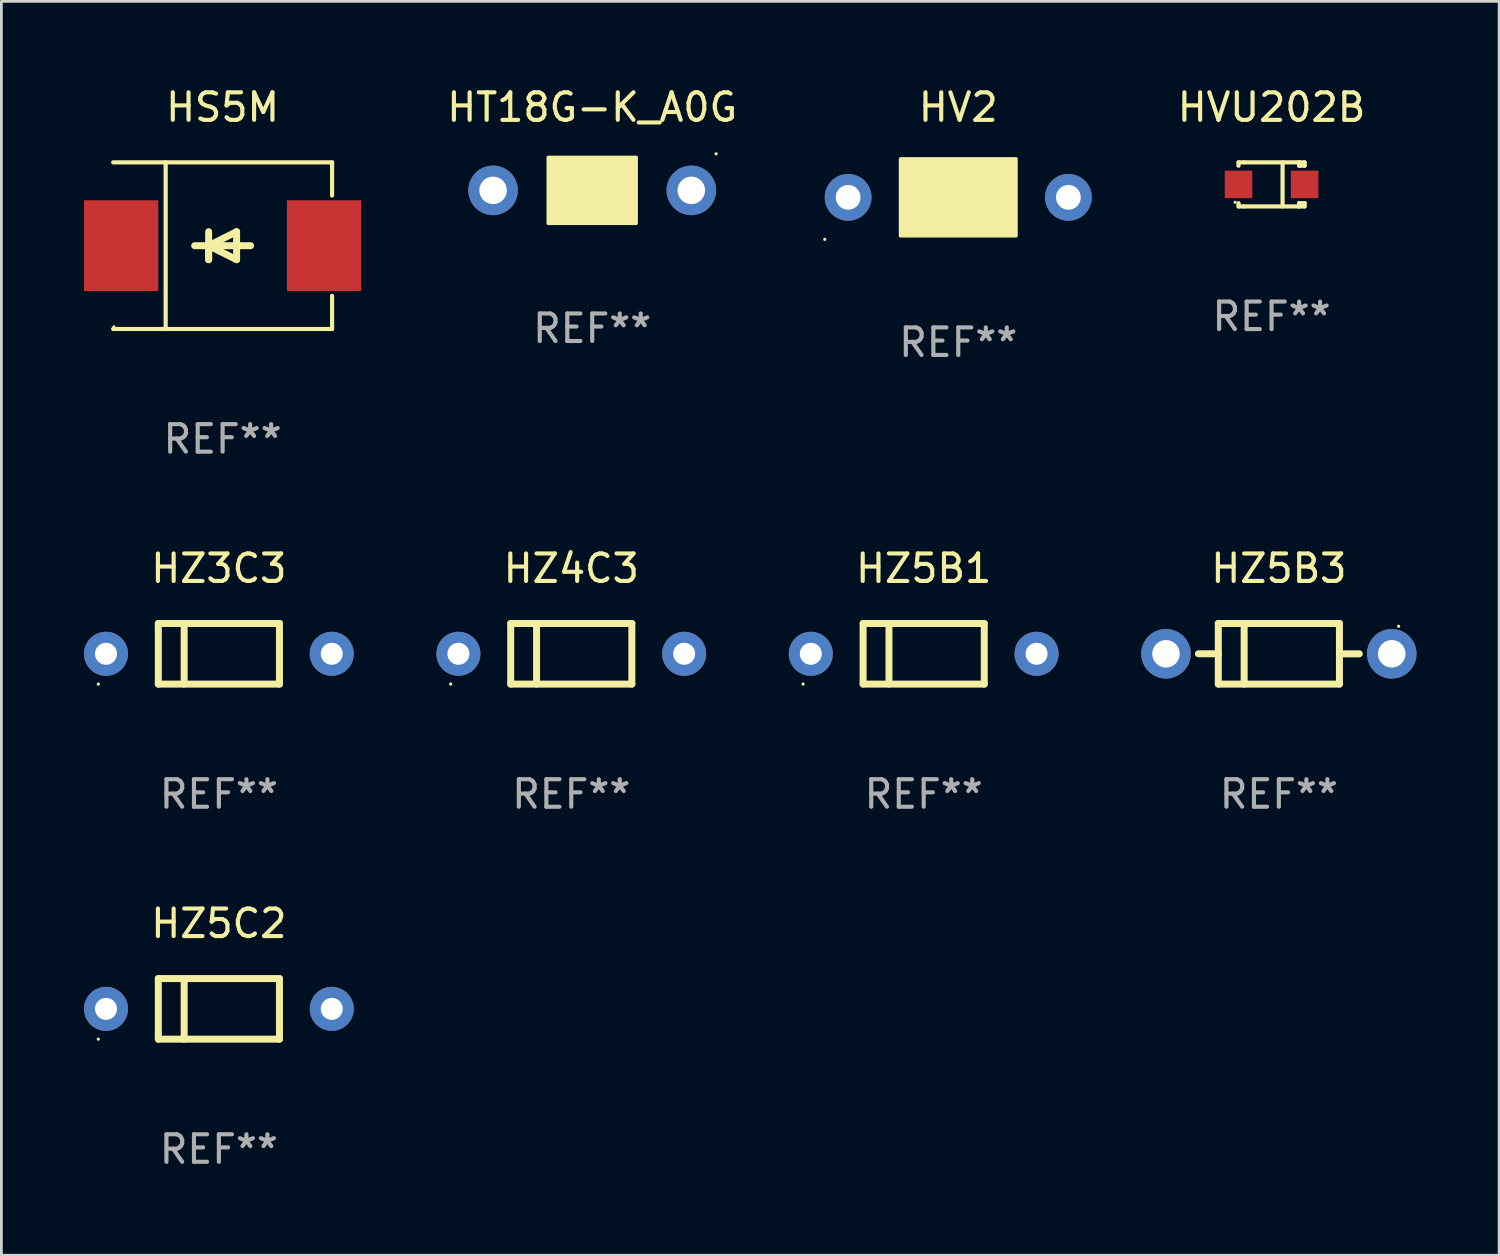
<source format=kicad_pcb>
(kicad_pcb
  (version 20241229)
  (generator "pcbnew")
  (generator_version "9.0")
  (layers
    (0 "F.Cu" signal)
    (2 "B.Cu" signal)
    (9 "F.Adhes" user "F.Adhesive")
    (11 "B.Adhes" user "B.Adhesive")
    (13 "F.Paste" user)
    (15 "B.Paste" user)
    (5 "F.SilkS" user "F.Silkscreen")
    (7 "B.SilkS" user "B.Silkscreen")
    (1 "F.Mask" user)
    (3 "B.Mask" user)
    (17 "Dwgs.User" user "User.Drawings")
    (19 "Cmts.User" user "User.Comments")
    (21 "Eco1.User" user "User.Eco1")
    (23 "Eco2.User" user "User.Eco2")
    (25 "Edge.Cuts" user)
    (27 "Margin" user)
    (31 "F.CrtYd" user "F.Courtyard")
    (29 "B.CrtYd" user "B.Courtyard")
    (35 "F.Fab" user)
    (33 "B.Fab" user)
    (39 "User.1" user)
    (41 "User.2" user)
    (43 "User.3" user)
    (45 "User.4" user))
  (footprint "HZ5B3"
    (layer "F.Cu")
    (at 43.401 20.697)
    (property "Reference" "HZ5B3" (at 0 -3.1 0) (layer "F.SilkS") (effects (font (size 1 1) (thickness 0.15))))
    (attr through_hole)
    (fp_line (start -2.2 -1.1) (end -2.2 1.1) (stroke (width 0.254) (type solid)) (layer "F.SilkS"))
    (fp_line (start -2.2 -1.1) (end 2.2 -1.1) (stroke (width 0.254) (type solid)) (layer "F.SilkS"))
    (fp_line (start -2.2 -0.001) (end -2.921 -0.001) (stroke (width 0.254) (type solid)) (layer "F.SilkS"))
    (fp_line (start -2.2 1.1) (end 2.2 1.1) (stroke (width 0.254) (type solid)) (layer "F.SilkS"))
    (fp_line (start -1.261 -1.1) (end -1.261 1.1) (stroke (width 0.254) (type solid)) (layer "F.SilkS"))
    (fp_line (start 2.2 -1.1) (end 2.2 1.1) (stroke (width 0.254) (type solid)) (layer "F.SilkS"))
    (fp_line (start 2.2 0.001) (end 2.921 0.001) (stroke (width 0.254) (type solid)) (layer "F.SilkS"))
    (fp_circle (center 4.35 -1) (end 4.38 -1) (stroke (width 0.06) (type solid)) (fill no) (layer "F.SilkS"))
    (fp_text user "REF**" (at 0 5.1 0) (layer "F.Fab") (effects (font (size 1 1) (thickness 0.15))))
    (pad "1" thru_hole circle (at 4.1 0) (size 1.8 1.8) (drill 1) (layers "*.Cu" "*.Mask"))
    (pad "2" thru_hole circle (at -4.1 0) (size 1.8 1.8) (drill 1) (layers "*.Cu" "*.Mask")))
  (footprint "HV2"
    (layer "F.Cu")
    (at 31.756 4.118)
    (property "Reference" "HV2" (at 0 -3.27 0) (layer "F.SilkS") (effects (font (size 1 1) (thickness 0.15))))
    (attr through_hole)
    (fp_line (start 1.27 -1.27) (end 1.27 1.27) (stroke (width 0.229) (type solid)) (layer "F.SilkS"))
    (fp_circle (center -4.85 1.527) (end -4.82 1.527) (stroke (width 0.06) (type solid)) (fill no) (layer "F.SilkS"))
    (fp_poly (pts (xy -2.1 -1.4) (xy 2.1 -1.4) (xy 2.1 1.4) (xy -2.1 1.4)) (stroke (width 0.12) (type solid)) (fill yes) (layer "F.SilkS"))
    (fp_text user "REF**" (at 0 5.27 0) (layer "F.Fab") (effects (font (size 1 1) (thickness 0.15))))
    (pad "1" thru_hole circle (at -4 0) (size 1.7 1.7) (drill 0.9) (layers "*.Cu" "*.Mask"))
    (pad "2" thru_hole circle (at 4 0) (size 1.7 1.7) (drill 0.9) (layers "*.Cu" "*.Mask")))
  (footprint "HZ5B1"
    (layer "F.Cu")
    (at 30.5 20.697)
    (property "Reference" "HZ5B1" (at 0 -3.1 0) (layer "F.SilkS") (effects (font (size 1 1) (thickness 0.15))))
    (attr through_hole)
    (fp_line (start -2.2 -1.1) (end -2.2 1.1) (stroke (width 0.254) (type solid)) (layer "F.SilkS"))
    (fp_line (start -2.2 -1.1) (end 2.2 -1.1) (stroke (width 0.254) (type solid)) (layer "F.SilkS"))
    (fp_line (start -2.2 1.1) (end 2.2 1.1) (stroke (width 0.254) (type solid)) (layer "F.SilkS"))
    (fp_line (start -1.261 -1.1) (end -1.261 1.1) (stroke (width 0.254) (type solid)) (layer "F.SilkS"))
    (fp_line (start 2.2 -1.1) (end 2.2 1.1) (stroke (width 0.254) (type solid)) (layer "F.SilkS"))
    (fp_circle (center -4.38 1.1) (end -4.35 1.1) (stroke (width 0.06) (type solid)) (fill no) (layer "F.SilkS"))
    (fp_text user "REF**" (at 0 5.1 0) (layer "F.Fab") (effects (font (size 1 1) (thickness 0.15))))
    (pad "1" thru_hole circle (at -4.1 0) (size 1.6 1.6) (drill 0.8) (layers "*.Cu" "*.Mask"))
    (pad "2" thru_hole circle (at 4.1 0) (size 1.6 1.6) (drill 0.8) (layers "*.Cu" "*.Mask")))
  (footprint "HT18G-K_A0G"
    (layer "F.Cu")
    (at 18.46 3.864)
    (property "Reference" "HT18G-K_A0G" (at 0 -3.016 0) (layer "F.SilkS") (effects (font (size 1 1) (thickness 0.15))))
    (attr through_hole)
    (fp_line (start 1.016 -1.016) (end 1.016 1.016) (stroke (width 0.254) (type solid)) (layer "F.SilkS"))
    (fp_circle (center 4.5 -1.327) (end 4.53 -1.327) (stroke (width 0.06) (type solid)) (fill no) (layer "F.SilkS"))
    (fp_poly (pts (xy -1.6 -1.2) (xy 1.6 -1.2) (xy 1.6 1.2) (xy -1.6 1.2)) (stroke (width 0.12) (type solid)) (fill yes) (layer "F.SilkS"))
    (fp_text user "REF**" (at 0 5.016 0) (layer "F.Fab") (effects (font (size 1 1) (thickness 0.15))))
    (pad "1" thru_hole circle (at 3.6 0) (size 1.8 1.8) (drill 1) (layers "*.Cu" "*.Mask"))
    (pad "2" thru_hole circle (at -3.6 0) (size 1.8 1.8) (drill 1) (layers "*.Cu" "*.Mask")))
  (footprint "HVU202B"
    (layer "F.Cu")
    (at 43.136 3.648)
    (property "Reference" "HVU202B" (at 0 -2.8 0) (layer "F.SilkS") (effects (font (size 1 1) (thickness 0.15))))
    (attr through_hole)
    (fp_line (start -1.2 -0.8) (end -1.2 -0.68) (stroke (width 0.152) (type solid)) (layer "F.SilkS"))
    (fp_line (start -1.2 0.68) (end -1.2 0.8) (stroke (width 0.152) (type solid)) (layer "F.SilkS"))
    (fp_line (start -1.2 0.8) (end -1 0.8) (stroke (width 0.152) (type solid)) (layer "F.SilkS"))
    (fp_line (start -1 -0.8) (end -1.2 -0.8) (stroke (width 0.152) (type solid)) (layer "F.SilkS"))
    (fp_line (start -1 -0.8) (end 1 -0.8) (stroke (width 0.152) (type solid)) (layer "F.SilkS"))
    (fp_line (start -1 0.8) (end 1 0.8) (stroke (width 0.152) (type solid)) (layer "F.SilkS"))
    (fp_line (start 0.4 -0.8) (end 0.4 0.8) (stroke (width 0.152) (type solid)) (layer "F.SilkS"))
    (fp_line (start 1 -0.8) (end 1 -0.68) (stroke (width 0.152) (type solid)) (layer "F.SilkS"))
    (fp_line (start 1 -0.8) (end 1.2 -0.8) (stroke (width 0.152) (type solid)) (layer "F.SilkS"))
    (fp_line (start 1 0.68) (end 1 0.8) (stroke (width 0.152) (type solid)) (layer "F.SilkS"))
    (fp_line (start 1 0.68) (end 1.2 0.68) (stroke (width 0.152) (type solid)) (layer "F.SilkS"))
    (fp_line (start 1.2 -0.8) (end 1.2 -0.68) (stroke (width 0.152) (type solid)) (layer "F.SilkS"))
    (fp_line (start 1.2 -0.68) (end 1 -0.68) (stroke (width 0.152) (type solid)) (layer "F.SilkS"))
    (fp_line (start 1.2 0.68) (end 1.2 0.8) (stroke (width 0.152) (type solid)) (layer "F.SilkS"))
    (fp_line (start 1.2 0.8) (end 1 0.8) (stroke (width 0.152) (type solid)) (layer "F.SilkS"))
    (fp_circle (center -1.325 0.65) (end -1.295 0.65) (stroke (width 0.06) (type solid)) (fill no) (layer "F.SilkS"))
    (fp_text user "REF**" (at 0 4.8 0) (layer "F.Fab") (effects (font (size 1 1) (thickness 0.15))))
    (pad "1" smd rect (at -1.2 0 180) (size 1 1) (layers "F.Cu" "F.Mask" "F.Paste"))
    (pad "2" smd rect (at 1.2 0 180) (size 1 1) (layers "F.Cu" "F.Mask" "F.Paste")))
  (footprint "HZ3C3"
    (layer "F.Cu")
    (at 4.9 20.697)
    (property "Reference" "HZ3C3" (at 0 -3.1 0) (layer "F.SilkS") (effects (font (size 1 1) (thickness 0.15))))
    (attr through_hole)
    (fp_line (start -2.2 -1.1) (end -2.2 1.1) (stroke (width 0.254) (type solid)) (layer "F.SilkS"))
    (fp_line (start -2.2 -1.1) (end 2.2 -1.1) (stroke (width 0.254) (type solid)) (layer "F.SilkS"))
    (fp_line (start -2.2 1.1) (end 2.2 1.1) (stroke (width 0.254) (type solid)) (layer "F.SilkS"))
    (fp_line (start -1.261 -1.1) (end -1.261 1.1) (stroke (width 0.254) (type solid)) (layer "F.SilkS"))
    (fp_line (start 2.2 -1.1) (end 2.2 1.1) (stroke (width 0.254) (type solid)) (layer "F.SilkS"))
    (fp_circle (center -4.38 1.1) (end -4.35 1.1) (stroke (width 0.06) (type solid)) (fill no) (layer "F.SilkS"))
    (fp_text user "REF**" (at 0 5.1 0) (layer "F.Fab") (effects (font (size 1 1) (thickness 0.15))))
    (pad "1" thru_hole circle (at -4.1 0) (size 1.6 1.6) (drill 0.8) (layers "*.Cu" "*.Mask"))
    (pad "2" thru_hole circle (at 4.1 0) (size 1.6 1.6) (drill 0.8) (layers "*.Cu" "*.Mask")))
  (footprint "HZ4C3"
    (layer "F.Cu")
    (at 17.7 20.697)
    (property "Reference" "HZ4C3" (at 0 -3.1 0) (layer "F.SilkS") (effects (font (size 1 1) (thickness 0.15))))
    (attr through_hole)
    (fp_line (start -2.2 -1.1) (end -2.2 1.1) (stroke (width 0.254) (type solid)) (layer "F.SilkS"))
    (fp_line (start -2.2 -1.1) (end 2.2 -1.1) (stroke (width 0.254) (type solid)) (layer "F.SilkS"))
    (fp_line (start -2.2 1.1) (end 2.2 1.1) (stroke (width 0.254) (type solid)) (layer "F.SilkS"))
    (fp_line (start -1.261 -1.1) (end -1.261 1.1) (stroke (width 0.254) (type solid)) (layer "F.SilkS"))
    (fp_line (start 2.2 -1.1) (end 2.2 1.1) (stroke (width 0.254) (type solid)) (layer "F.SilkS"))
    (fp_circle (center -4.38 1.1) (end -4.35 1.1) (stroke (width 0.06) (type solid)) (fill no) (layer "F.SilkS"))
    (fp_text user "REF**" (at 0 5.1 0) (layer "F.Fab") (effects (font (size 1 1) (thickness 0.15))))
    (pad "1" thru_hole circle (at -4.1 0) (size 1.6 1.6) (drill 0.8) (layers "*.Cu" "*.Mask"))
    (pad "2" thru_hole circle (at 4.1 0) (size 1.6 1.6) (drill 0.8) (layers "*.Cu" "*.Mask")))
  (footprint "HS5M"
    (layer "F.Cu")
    (at 5.036 5.874)
    (property "Reference" "HS5M" (at 0 -5.026 0) (layer "F.SilkS") (effects (font (size 1 1) (thickness 0.15))))
    (attr through_hole)
    (fp_line (start -3.976 -3.026) (end 3.976 -3.026) (stroke (width 0.152) (type solid)) (layer "F.SilkS"))
    (fp_line (start -3.976 3.026) (end 3.976 3.026) (stroke (width 0.152) (type solid)) (layer "F.SilkS"))
    (fp_line (start -2.069 -3.026) (end -2.069 3.026) (stroke (width 0.152) (type solid)) (layer "F.SilkS"))
    (fp_line (start -0.508 0) (end -0.508 0.508) (stroke (width 0.254) (type solid)) (layer "F.SilkS"))
    (fp_line (start -0.508 0) (end 0.508 0.508) (stroke (width 0.254) (type solid)) (layer "F.SilkS"))
    (fp_line (start -0.508 0.508) (end -0.508 -0.508) (stroke (width 0.254) (type solid)) (layer "F.SilkS"))
    (fp_line (start 0.508 -0.508) (end -0.508 0) (stroke (width 0.254) (type solid)) (layer "F.SilkS"))
    (fp_line (start 0.508 0.508) (end 0.508 -0.508) (stroke (width 0.254) (type solid)) (layer "F.SilkS"))
    (fp_line (start 1.016 0) (end -1.016 0) (stroke (width 0.254) (type solid)) (layer "F.SilkS"))
    (fp_line (start 3.976 -3.026) (end 3.976 -1.823) (stroke (width 0.152) (type solid)) (layer "F.SilkS"))
    (fp_line (start 3.976 3.026) (end 3.976 1.823) (stroke (width 0.152) (type solid)) (layer "F.SilkS"))
    (fp_circle (center -3.95 2.95) (end -3.92 2.95) (stroke (width 0.06) (type solid)) (fill no) (layer "F.SilkS"))
    (fp_text user "REF**" (at 0 7.026 0) (layer "F.Fab") (effects (font (size 1 1) (thickness 0.15))))
    (pad "1" smd rect (at -3.686 0) (size 2.7 3.3) (layers "F.Cu" "F.Mask" "F.Paste"))
    (pad "2" smd rect (at 3.686 0) (size 2.7 3.3) (layers "F.Cu" "F.Mask" "F.Paste")))
  (footprint "HZ5C2"
    (layer "F.Cu")
    (at 4.9 33.594)
    (property "Reference" "HZ5C2" (at 0 -3.1 0) (layer "F.SilkS") (effects (font (size 1 1) (thickness 0.15))))
    (attr through_hole)
    (fp_line (start -2.2 -1.1) (end -2.2 1.1) (stroke (width 0.254) (type solid)) (layer "F.SilkS"))
    (fp_line (start -2.2 -1.1) (end 2.2 -1.1) (stroke (width 0.254) (type solid)) (layer "F.SilkS"))
    (fp_line (start -2.2 1.1) (end 2.2 1.1) (stroke (width 0.254) (type solid)) (layer "F.SilkS"))
    (fp_line (start -1.261 -1.1) (end -1.261 1.1) (stroke (width 0.254) (type solid)) (layer "F.SilkS"))
    (fp_line (start 2.2 -1.1) (end 2.2 1.1) (stroke (width 0.254) (type solid)) (layer "F.SilkS"))
    (fp_circle (center -4.38 1.1) (end -4.35 1.1) (stroke (width 0.06) (type solid)) (fill no) (layer "F.SilkS"))
    (fp_text user "REF**" (at 0 5.1 0) (layer "F.Fab") (effects (font (size 1 1) (thickness 0.15))))
    (pad "1" thru_hole circle (at -4.1 0) (size 1.6 1.6) (drill 0.8) (layers "*.Cu" "*.Mask"))
    (pad "2" thru_hole circle (at 4.1 0) (size 1.6 1.6) (drill 0.8) (layers "*.Cu" "*.Mask")))
  (gr_rect
    (start -3 -3)
    (end 51.401 42.542)
    (stroke (width 0.1) (type default))
    (fill no)
    (layer "Edge.Cuts")))
</source>
